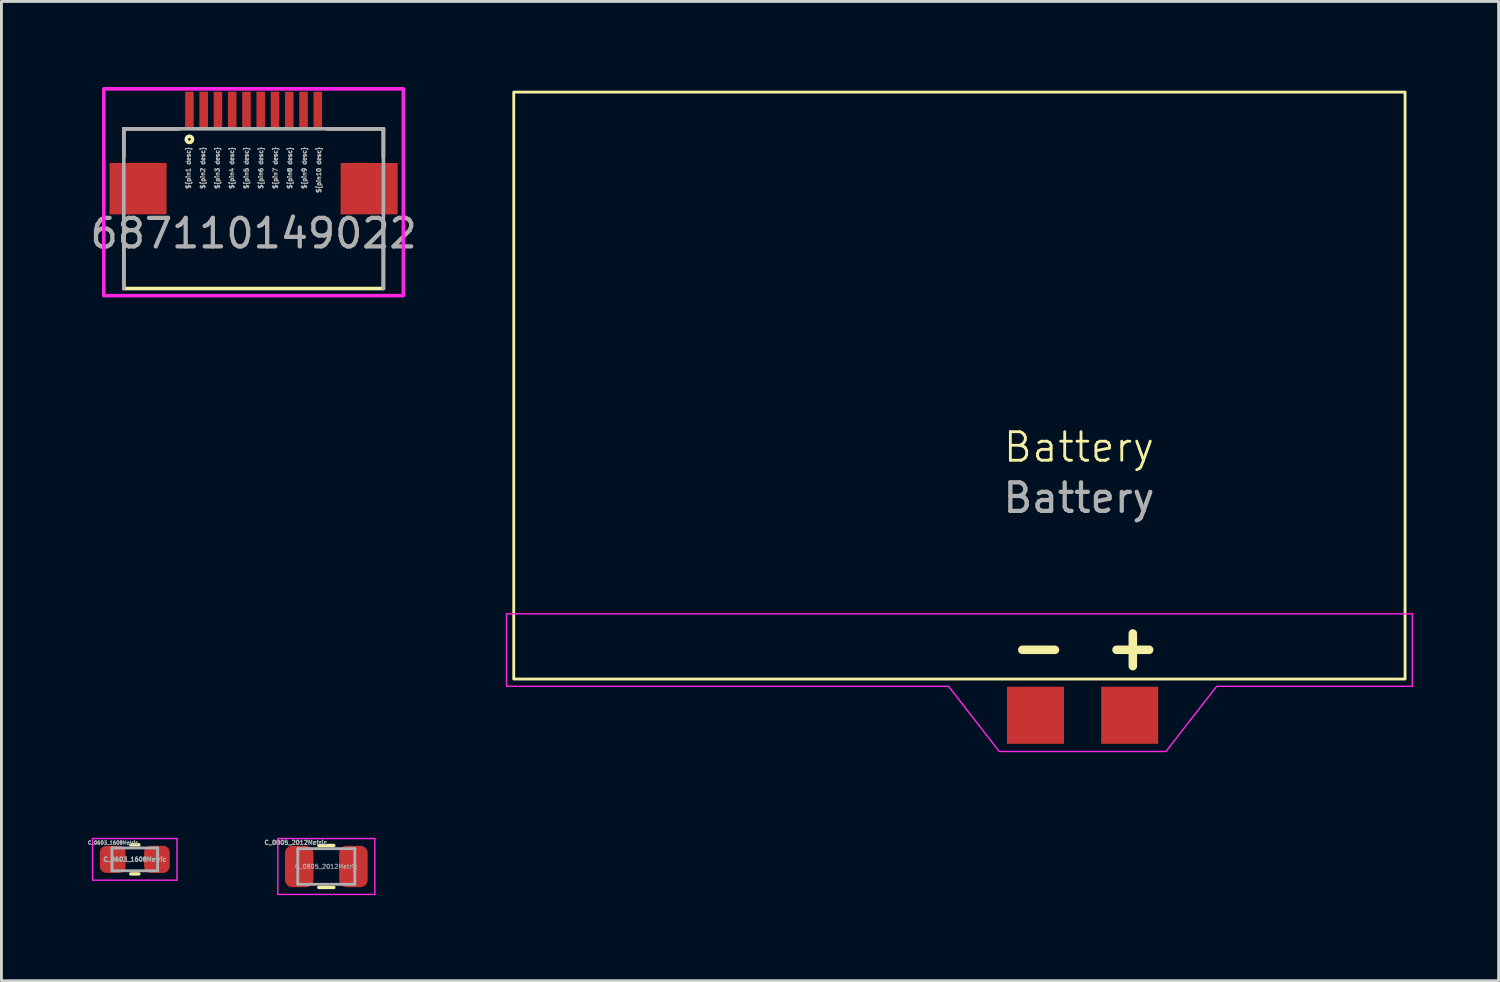
<source format=kicad_pcb>
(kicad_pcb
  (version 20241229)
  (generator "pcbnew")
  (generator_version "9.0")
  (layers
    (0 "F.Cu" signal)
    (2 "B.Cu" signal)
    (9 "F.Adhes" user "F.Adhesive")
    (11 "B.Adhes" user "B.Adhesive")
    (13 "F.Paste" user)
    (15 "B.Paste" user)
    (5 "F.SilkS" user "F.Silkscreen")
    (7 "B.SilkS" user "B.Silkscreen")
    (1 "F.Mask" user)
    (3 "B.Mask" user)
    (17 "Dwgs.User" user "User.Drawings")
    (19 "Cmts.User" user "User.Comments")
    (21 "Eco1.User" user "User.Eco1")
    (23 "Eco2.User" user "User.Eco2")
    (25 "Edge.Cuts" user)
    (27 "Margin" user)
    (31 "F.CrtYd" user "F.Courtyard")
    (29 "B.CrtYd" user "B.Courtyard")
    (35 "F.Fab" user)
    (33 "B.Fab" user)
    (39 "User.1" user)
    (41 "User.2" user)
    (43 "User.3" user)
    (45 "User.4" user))
  (footprint "Battery"
    (layer "F.Cu")
    (at 22.324 6.02)
    (property "Reference" "Battery" (at 12.446 6.604 0) (unlocked yes) (layer "F.SilkS") (effects (font (size 1 1) (thickness 0.1))))
    (attr smd)
    (fp_rect (start -7.366 14.732) (end 23.876 -5.842) (stroke (width 0.1) (type default)) (fill no) (layer "F.SilkS"))
    (fp_poly (pts (xy -7.62 12.446) (xy 24.13 12.446) (xy 24.13 14.986) (xy 17.272 14.986) (xy 15.494 17.272) (xy 9.652 17.272) (xy 7.874 14.986) (xy -7.62 14.986)) (stroke (width 0.05) (type solid)) (fill no) (layer "F.CrtYd"))
    (fp_text user "+" (at 13.208 14.478 0) (unlocked yes) (layer "F.SilkS") (effects (font (size 1.5 1.5) (thickness 0.3) (bold yes)) (justify left bottom)))
    (fp_text user "-" (at 9.906 14.478 0) (unlocked yes) (layer "F.SilkS") (effects (font (size 1.5 1.5) (thickness 0.3) (bold yes)) (justify left bottom)))
    (fp_text user "${REFERENCE}" (at 12.446 8.382 0) (unlocked yes) (layer "F.Fab") (effects (font (size 1 1) (thickness 0.15))))
    (pad "1" smd rect (at 14.224 16.002) (size 2 2) (layers "F.Cu" "F.Mask" "F.Paste"))
    (pad "2" smd rect (at 10.922 16.002) (size 2 2) (layers "F.Cu" "F.Mask" "F.Paste"))
    (zone (net_name "") (layer "F.Cu") (name "BATTERY") (hatch edge 0.5) (connect_pads) (min_thickness 0.25) (filled_areas_thickness no) (keepout (tracks allowed) (vias allowed) (pads allowed) (copperpour allowed) (footprints allowed)) (placement (enabled no)) (fill) (polygon (pts (xy 14.78 0) (xy 46.352 0) (xy 46.352 20.879) (xy 14.78 20.879)))))
  (footprint "C_0603_1608Metric"
    (layer "F.Cu")
    (at 1.675 27.072)
    (property "Reference" "C_0603_1608Metric" (at -0.762 -0.584 180) (layer "F.Fab") (effects (font (size 0.12 0.12) (thickness 0.03))))
    (attr smd)
    (fp_line (start -0.141 -0.51) (end 0.141 -0.51) (stroke (width 0.12) (type solid)) (layer "F.SilkS"))
    (fp_line (start -0.141 0.51) (end 0.141 0.51) (stroke (width 0.12) (type solid)) (layer "F.SilkS"))
    (fp_line (start -1.48 -0.73) (end 1.48 -0.73) (stroke (width 0.05) (type solid)) (layer "F.CrtYd"))
    (fp_line (start -1.48 0.73) (end -1.48 -0.73) (stroke (width 0.05) (type solid)) (layer "F.CrtYd"))
    (fp_line (start 1.48 -0.73) (end 1.48 0.73) (stroke (width 0.05) (type solid)) (layer "F.CrtYd"))
    (fp_line (start 1.48 0.73) (end -1.48 0.73) (stroke (width 0.05) (type solid)) (layer "F.CrtYd"))
    (fp_line (start -0.8 -0.4) (end 0.8 -0.4) (stroke (width 0.1) (type solid)) (layer "F.Fab"))
    (fp_line (start -0.8 0.4) (end -0.8 -0.4) (stroke (width 0.1) (type solid)) (layer "F.Fab"))
    (fp_line (start 0.8 -0.4) (end 0.8 0.4) (stroke (width 0.1) (type solid)) (layer "F.Fab"))
    (fp_line (start 0.8 0.4) (end -0.8 0.4) (stroke (width 0.1) (type solid)) (layer "F.Fab"))
    (fp_text user "${REFERENCE}" (at 0 0 180) (layer "F.Fab") (effects (font (size 0.15 0.15) (thickness 0.037))))
    (pad "1" smd roundrect (at -0.775 0) (size 0.9 0.95) (layers "F.Cu" "F.Mask" "F.Paste") (roundrect_rratio 0.25))
    (pad "2" smd roundrect (at 0.775 0) (size 0.9 0.95) (layers "F.Cu" "F.Mask" "F.Paste") (roundrect_rratio 0.25)))
  (footprint "687110149022"
    (layer "F.Cu")
    (at 5.839 0.814)
    (property "Reference" "687110149022" (at 0 4.318 0) (layer "F.Fab") (effects (font (size 1 1) (thickness 0.15))))
    (attr smd)
    (fp_line (start -4.55 0.65) (end -4.55 1.63) (stroke (width 0.127) (type solid)) (layer "F.SilkS"))
    (fp_line (start -4.55 3.91) (end -4.55 6.24) (stroke (width 0.127) (type solid)) (layer "F.SilkS"))
    (fp_line (start -2.62 0.65) (end -4.55 0.65) (stroke (width 0.127) (type solid)) (layer "F.SilkS"))
    (fp_line (start 2.59 0.65) (end 4.55 0.65) (stroke (width 0.127) (type solid)) (layer "F.SilkS"))
    (fp_line (start 4.55 0.65) (end 4.55 1.62) (stroke (width 0.127) (type solid)) (layer "F.SilkS"))
    (fp_line (start 4.55 3.94) (end 4.55 6.24) (stroke (width 0.127) (type solid)) (layer "F.SilkS"))
    (fp_line (start 4.55 6.25) (end -4.55 6.25) (stroke (width 0.127) (type solid)) (layer "F.SilkS"))
    (fp_circle (center -2.25 1.02) (end -2.14 1.02) (stroke (width 0.127) (type solid)) (fill no) (layer "F.SilkS"))
    (fp_poly (pts (xy -5.25 -0.75) (xy 5.25 -0.75) (xy 5.25 6.5) (xy -5.25 6.5)) (stroke (width 0.127) (type solid)) (fill no) (layer "F.CrtYd"))
    (fp_line (start -4.55 0.65) (end 4.55 0.65) (stroke (width 0.127) (type solid)) (layer "F.Fab"))
    (fp_line (start -4.55 6.25) (end -4.55 0.65) (stroke (width 0.127) (type solid)) (layer "F.Fab"))
    (fp_line (start 4.55 0.65) (end 4.55 6.25) (stroke (width 0.127) (type solid)) (layer "F.Fab"))
    (fp_text user "${pin4 desc}" (at -0.762 1.27 270) (layer "F.Fab") (effects (font (size 0.15 0.15) (thickness 0.037)) (justify right)))
    (fp_text user "${pin1 desc}" (at -2.286 1.27 270) (layer "F.Fab") (effects (font (size 0.15 0.15) (thickness 0.037)) (justify right)))
    (fp_text user "${pin8 desc}" (at 1.27 1.27 270) (layer "F.Fab") (effects (font (size 0.15 0.15) (thickness 0.037)) (justify right)))
    (fp_text user "${pin2 desc}" (at -1.778 1.27 270) (layer "F.Fab") (effects (font (size 0.15 0.15) (thickness 0.037)) (justify right)))
    (fp_text user "${pin7 desc}" (at 0.762 1.27 270) (layer "F.Fab") (effects (font (size 0.15 0.15) (thickness 0.037)) (justify right)))
    (fp_text user "${pin10 desc}" (at 2.286 1.27 270) (layer "F.Fab") (effects (font (size 0.15 0.15) (thickness 0.037)) (justify right)))
    (fp_text user "${pin3 desc}" (at -1.27 1.27 270) (layer "F.Fab") (effects (font (size 0.15 0.15) (thickness 0.037)) (justify right)))
    (fp_text user "${pin9 desc}" (at 1.778 1.27 270) (layer "F.Fab") (effects (font (size 0.15 0.15) (thickness 0.037)) (justify right)))
    (fp_text user "${pin6 desc}" (at 0.254 1.27 270) (layer "F.Fab") (effects (font (size 0.15 0.15) (thickness 0.037)) (justify right)))
    (fp_text user "${pin5 desc}" (at -0.254 1.27 270) (layer "F.Fab") (effects (font (size 0.15 0.15) (thickness 0.037)) (justify right)))
    (pad "1" smd rect (at -2.25 0) (size 0.3 1.3) (layers "F.Cu" "F.Mask" "F.Paste"))
    (pad "2" smd rect (at -1.75 0) (size 0.3 1.3) (layers "F.Cu" "F.Mask" "F.Paste"))
    (pad "3" smd rect (at -1.25 0) (size 0.3 1.3) (layers "F.Cu" "F.Mask" "F.Paste"))
    (pad "4" smd rect (at -0.75 0) (size 0.3 1.3) (layers "F.Cu" "F.Mask" "F.Paste"))
    (pad "5" smd rect (at -0.25 0) (size 0.3 1.3) (layers "F.Cu" "F.Mask" "F.Paste"))
    (pad "6" smd rect (at 0.25 0) (size 0.3 1.3) (layers "F.Cu" "F.Mask" "F.Paste"))
    (pad "7" smd rect (at 0.75 0) (size 0.3 1.3) (layers "F.Cu" "F.Mask" "F.Paste"))
    (pad "8" smd rect (at 1.25 0) (size 0.3 1.3) (layers "F.Cu" "F.Mask" "F.Paste"))
    (pad "9" smd rect (at 1.75 0) (size 0.3 1.3) (layers "F.Cu" "F.Mask" "F.Paste"))
    (pad "10" smd rect (at 2.25 0) (size 0.3 1.3) (layers "F.Cu" "F.Mask" "F.Paste"))
    (pad "Z1" smd rect (at -4.05 2.75) (size 2 1.8) (layers "F.Cu" "F.Mask" "F.Paste"))
    (pad "Z2" smd rect (at 4.05 2.75) (size 2 1.8) (layers "F.Cu" "F.Mask" "F.Paste")))
  (footprint "C_0805_2012Metric"
    (layer "F.Cu")
    (at 8.388 27.322)
    (property "Reference" "C_0805_2012Metric" (at -1.067 -0.838 0) (layer "F.Fab") (effects (font (size 0.15 0.15) (thickness 0.037))))
    (attr smd)
    (fp_line (start -0.261 -0.735) (end 0.261 -0.735) (stroke (width 0.12) (type solid)) (layer "F.SilkS"))
    (fp_line (start -0.261 0.735) (end 0.261 0.735) (stroke (width 0.12) (type solid)) (layer "F.SilkS"))
    (fp_line (start -1.7 -0.98) (end 1.7 -0.98) (stroke (width 0.05) (type solid)) (layer "F.CrtYd"))
    (fp_line (start -1.7 0.98) (end -1.7 -0.98) (stroke (width 0.05) (type solid)) (layer "F.CrtYd"))
    (fp_line (start 1.7 -0.98) (end 1.7 0.98) (stroke (width 0.05) (type solid)) (layer "F.CrtYd"))
    (fp_line (start 1.7 0.98) (end -1.7 0.98) (stroke (width 0.05) (type solid)) (layer "F.CrtYd"))
    (fp_line (start -1 -0.625) (end 1 -0.625) (stroke (width 0.1) (type solid)) (layer "F.Fab"))
    (fp_line (start -1 0.625) (end -1 -0.625) (stroke (width 0.1) (type solid)) (layer "F.Fab"))
    (fp_line (start 1 -0.625) (end 1 0.625) (stroke (width 0.1) (type solid)) (layer "F.Fab"))
    (fp_line (start 1 0.625) (end -1 0.625) (stroke (width 0.1) (type solid)) (layer "F.Fab"))
    (fp_text user "${REFERENCE}" (at 0 0 0) (layer "F.Fab") (effects (font (size 0.15 0.15) (thickness 0.025))))
    (pad "1" smd roundrect (at -0.95 0) (size 1 1.45) (layers "F.Cu" "F.Mask" "F.Paste") (roundrect_rratio 0.25))
    (pad "2" smd roundrect (at 0.95 0) (size 1 1.45) (layers "F.Cu" "F.Mask" "F.Paste") (roundrect_rratio 0.25)))
  (gr_rect
    (start -3 -3)
    (end 49.479 31.327)
    (stroke (width 0.1) (type default))
    (fill no)
    (layer "Edge.Cuts")))
</source>
